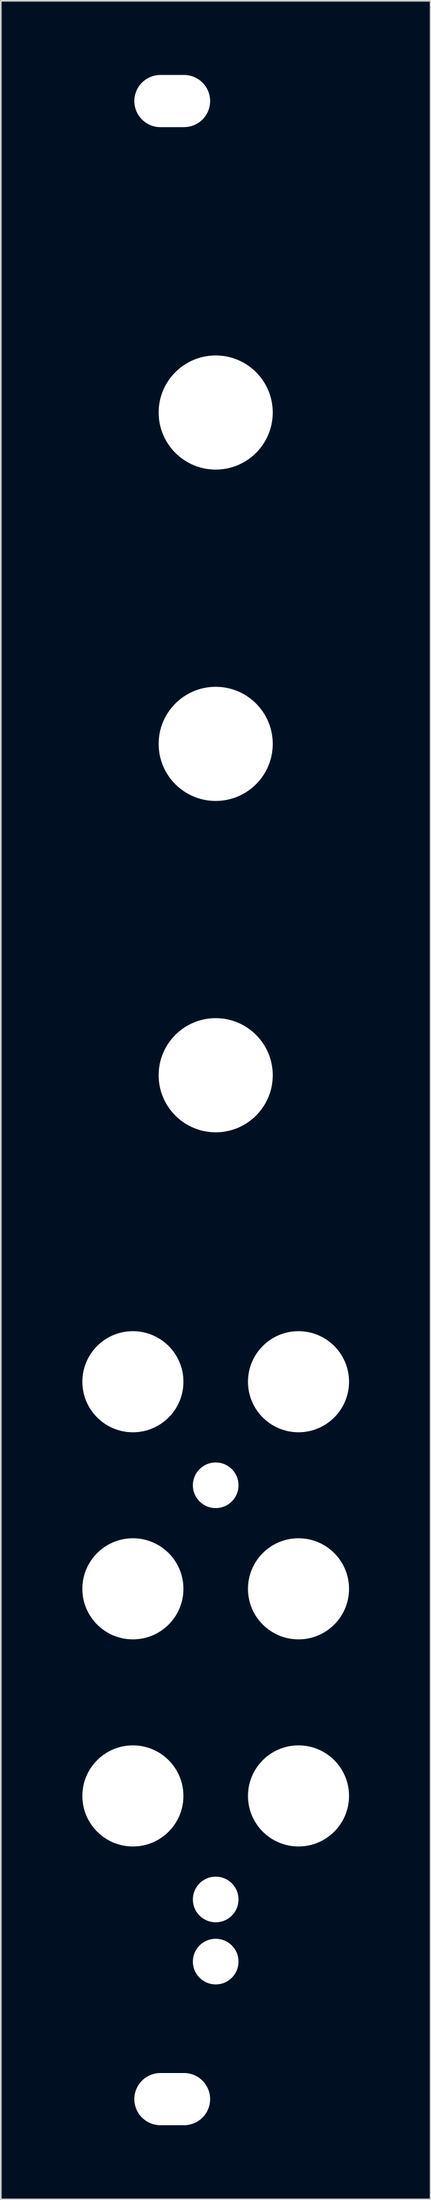
<source format=kicad_pcb>
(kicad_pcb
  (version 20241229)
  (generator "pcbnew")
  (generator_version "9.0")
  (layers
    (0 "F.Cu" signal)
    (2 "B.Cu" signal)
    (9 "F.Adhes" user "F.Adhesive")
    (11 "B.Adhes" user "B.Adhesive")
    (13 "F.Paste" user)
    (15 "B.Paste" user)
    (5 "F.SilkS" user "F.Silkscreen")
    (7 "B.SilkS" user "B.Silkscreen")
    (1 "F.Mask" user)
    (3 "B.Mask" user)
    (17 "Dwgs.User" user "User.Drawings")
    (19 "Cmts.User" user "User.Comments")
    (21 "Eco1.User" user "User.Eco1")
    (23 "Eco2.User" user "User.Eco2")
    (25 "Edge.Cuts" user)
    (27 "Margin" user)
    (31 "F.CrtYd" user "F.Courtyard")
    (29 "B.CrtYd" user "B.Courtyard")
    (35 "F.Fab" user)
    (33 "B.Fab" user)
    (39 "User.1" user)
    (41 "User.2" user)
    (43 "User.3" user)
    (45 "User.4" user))
  (footprint "Edges"
    (layer "F.Cu")
    (at 10.183 62.888)
    (property "Reference" "Edges" (at 0 0.5 0) (layer "F.SilkS") (effects (font (size 1 1) (thickness 0.15))))
    (attr through_hole)
    (fp_line (start -10.033 -62.738) (end -10.033 65.786) (stroke (width 0.3) (type solid)) (layer "Eco1.User"))
    (fp_line (start -10.033 -62.738) (end 10.033 -62.738) (stroke (width 0.3) (type solid)) (layer "Eco1.User"))
    (fp_line (start -10.033 65.786) (end 10.033 65.786) (stroke (width 0.3) (type solid)) (layer "Eco1.User"))
    (fp_line (start 10.033 -62.738) (end 10.033 65.786) (stroke (width 0.3) (type solid)) (layer "Eco1.User"))
    (pad "" np_thru_hole circle (at -5.08 18.796) (size 6.2 6.2) (drill 6.2) (layers "*.Cu" "*.Mask"))
    (pad "" np_thru_hole circle (at -5.08 31.496) (size 6.2 6.2) (drill 6.2) (layers "*.Cu" "*.Mask"))
    (pad "" np_thru_hole circle (at -5.08 44.196) (size 6.2 6.2) (drill 6.2) (layers "*.Cu" "*.Mask"))
    (pad "" np_thru_hole oval (at -2.667 -59.741) (size 4.65 3.2) (drill oval 4.65 3.2) (layers "*.Cu" "*.Mask"))
    (pad "" np_thru_hole oval (at -2.667 62.789) (size 4.65 3.2) (drill oval 4.65 3.2) (layers "*.Cu" "*.Mask"))
    (pad "" np_thru_hole circle (at 0 -40.64) (size 7 7) (drill 7) (layers "*.Cu" "*.Mask"))
    (pad "" np_thru_hole circle (at 0 -20.32) (size 7 7) (drill 7) (layers "*.Cu" "*.Mask"))
    (pad "" np_thru_hole circle (at 0 0) (size 7 7) (drill 7) (layers "*.Cu" "*.Mask"))
    (pad "" np_thru_hole circle (at 0 25.146) (size 2.8 2.8) (drill 2.8) (layers "*.Cu" "*.Mask"))
    (pad "" np_thru_hole circle (at 0 50.546) (size 2.8 2.8) (drill 2.8) (layers "*.Cu" "*.Mask"))
    (pad "" np_thru_hole circle (at 0 54.356) (size 2.8 2.8) (drill 2.8) (layers "*.Cu" "*.Mask"))
    (pad "" np_thru_hole circle (at 5.08 18.796) (size 6.2 6.2) (drill 6.2) (layers "*.Cu" "*.Mask"))
    (pad "" np_thru_hole circle (at 5.08 31.496) (size 6.2 6.2) (drill 6.2) (layers "*.Cu" "*.Mask"))
    (pad "" np_thru_hole circle (at 5.08 44.196) (size 6.2 6.2) (drill 6.2) (layers "*.Cu" "*.Mask")))
  (gr_rect
    (start -3 -3)
    (end 23.366 131.824)
    (stroke (width 0.1) (type default))
    (fill no)
    (layer "Edge.Cuts")))
</source>
